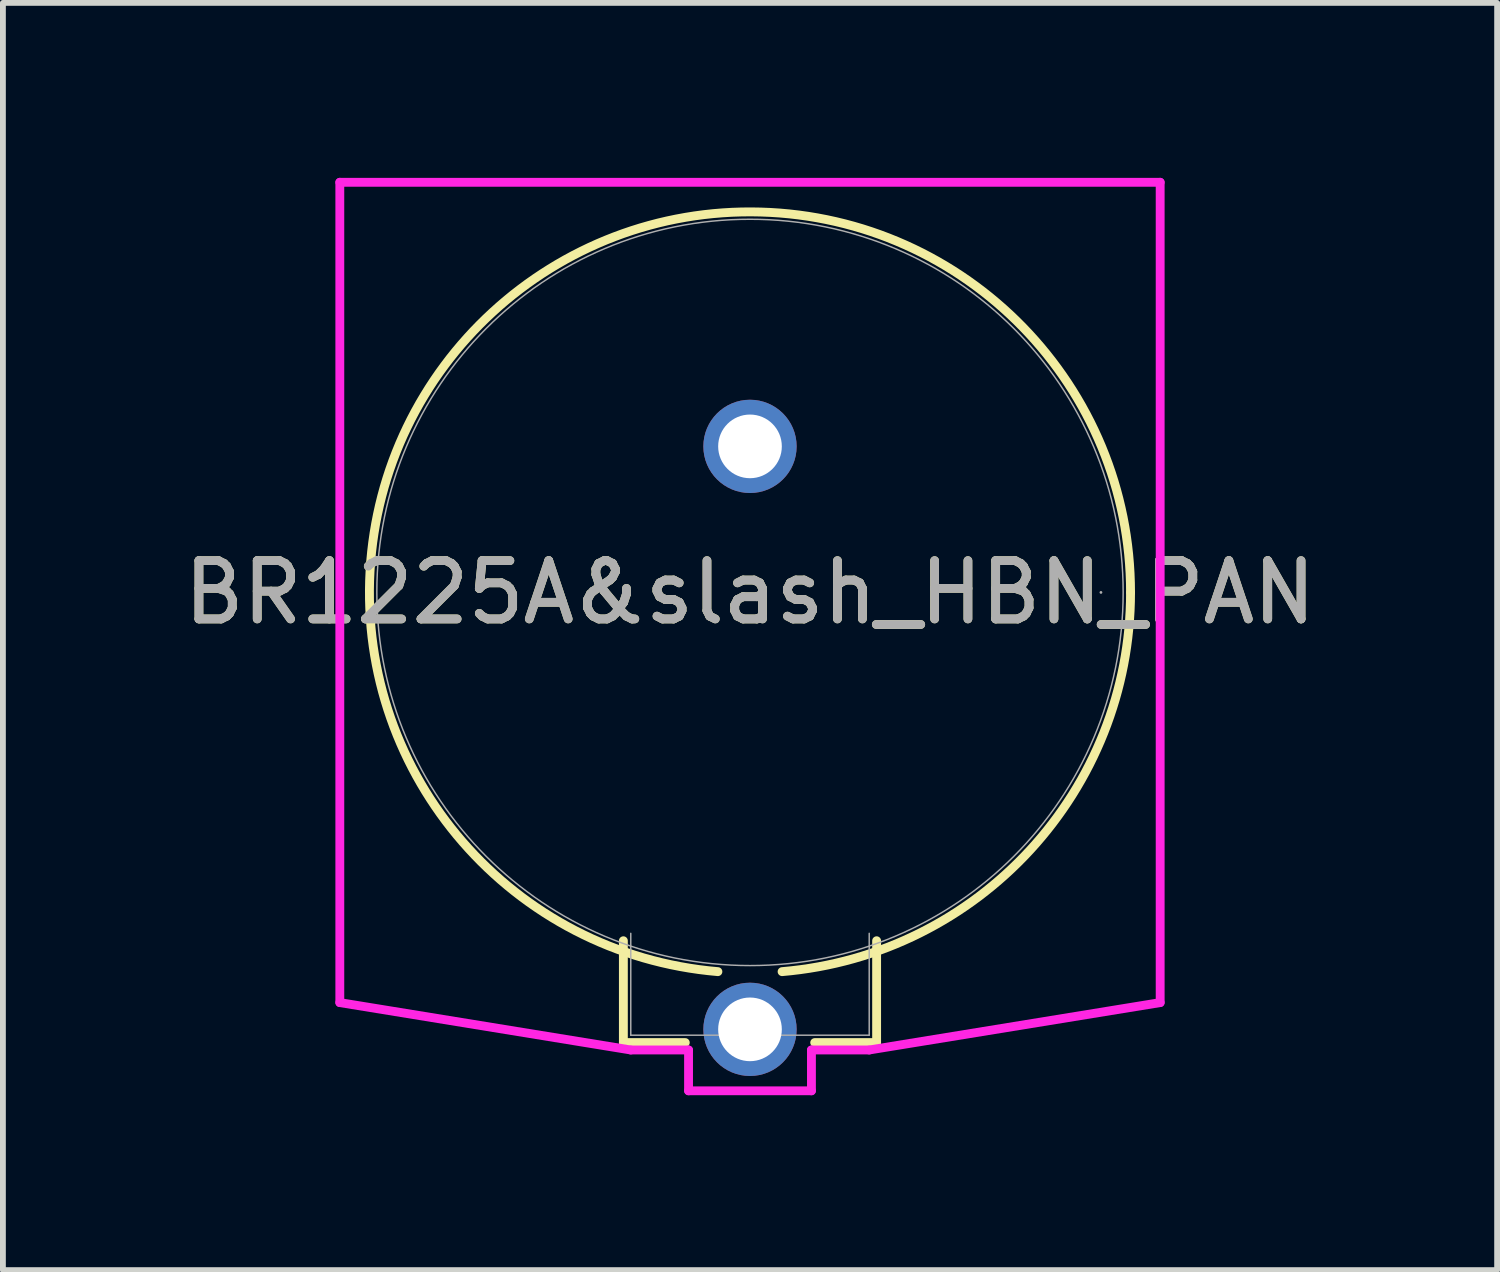
<source format=kicad_pcb>
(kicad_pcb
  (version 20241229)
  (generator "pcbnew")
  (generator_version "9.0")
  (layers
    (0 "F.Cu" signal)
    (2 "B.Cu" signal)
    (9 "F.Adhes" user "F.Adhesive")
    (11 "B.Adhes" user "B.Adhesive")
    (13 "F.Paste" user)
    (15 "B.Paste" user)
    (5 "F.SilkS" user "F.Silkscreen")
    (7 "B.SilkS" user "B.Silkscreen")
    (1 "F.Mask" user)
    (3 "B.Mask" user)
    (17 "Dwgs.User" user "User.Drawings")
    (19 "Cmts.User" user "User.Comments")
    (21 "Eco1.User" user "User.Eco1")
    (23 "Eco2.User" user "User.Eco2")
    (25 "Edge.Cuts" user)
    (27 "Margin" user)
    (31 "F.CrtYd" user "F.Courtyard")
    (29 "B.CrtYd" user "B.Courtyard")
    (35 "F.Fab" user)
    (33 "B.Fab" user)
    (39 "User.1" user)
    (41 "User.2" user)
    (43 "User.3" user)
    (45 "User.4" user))
  (footprint "BR1225A&slash_HBN_PAN"
    (layer "F.Cu")
    (at 9.815 4.607)
    (property "Reference" "BR1225A&slash_HBN_PAN" (at 0 2.505 0) (unlocked yes) (layer "F.SilkS") (effects (font (size 1 1) (thickness 0.15))))
    (attr through_hole)
    (fp_line (start -2.172 8.48) (end -2.172 10.227) (stroke (width 0.152) (type solid)) (layer "F.SilkS"))
    (fp_line (start -2.172 10.227) (end -1.11 10.227) (stroke (width 0.152) (type solid)) (layer "F.SilkS"))
    (fp_line (start 1.11 10.227) (end 2.172 10.227) (stroke (width 0.152) (type solid)) (layer "F.SilkS"))
    (fp_line (start 2.172 10.227) (end 2.172 8.48) (stroke (width 0.152) (type solid)) (layer "F.SilkS"))
    (fp_arc (start -0.550558 9.009947) (mid -4.416913 -2.301158) (end 6.5278 2.505405) (stroke (width 0.1524) (type solid)) (layer "F.SilkS"))
    (fp_arc (start 6.5278 2.505414) (mid 4.806561 6.922322) (end 0.550558 9.009947) (stroke (width 0.1524) (type solid)) (layer "F.SilkS"))
    (fp_line (start -7.036 -4.53) (end -7.036 9.541) (stroke (width 0.152) (type solid)) (layer "F.CrtYd"))
    (fp_line (start -7.036 9.541) (end -2.045 10.354) (stroke (width 0.152) (type solid)) (layer "F.CrtYd"))
    (fp_line (start -2.045 10.354) (end -1.054 10.354) (stroke (width 0.152) (type solid)) (layer "F.CrtYd"))
    (fp_line (start -1.054 10.354) (end -1.054 11.054) (stroke (width 0.152) (type solid)) (layer "F.CrtYd"))
    (fp_line (start -1.054 11.054) (end 1.054 11.054) (stroke (width 0.152) (type solid)) (layer "F.CrtYd"))
    (fp_line (start 1.054 10.354) (end 2.045 10.354) (stroke (width 0.152) (type solid)) (layer "F.CrtYd"))
    (fp_line (start 1.054 11.054) (end 1.054 10.354) (stroke (width 0.152) (type solid)) (layer "F.CrtYd"))
    (fp_line (start 2.045 10.354) (end 7.036 9.541) (stroke (width 0.152) (type solid)) (layer "F.CrtYd"))
    (fp_line (start 7.036 -4.53) (end -7.036 -4.53) (stroke (width 0.152) (type solid)) (layer "F.CrtYd"))
    (fp_line (start 7.036 9.541) (end 7.036 -4.53) (stroke (width 0.152) (type solid)) (layer "F.CrtYd"))
    (fp_line (start -2.045 8.353) (end -2.045 10.1) (stroke (width 0.025) (type solid)) (layer "F.Fab"))
    (fp_line (start -2.045 10.1) (end 2.045 10.1) (stroke (width 0.025) (type solid)) (layer "F.Fab"))
    (fp_line (start 2.045 10.1) (end 2.045 8.353) (stroke (width 0.025) (type solid)) (layer "F.Fab"))
    (fp_circle (center 0 2.505) (end 6.401 2.505) (stroke (width 0.025) (type solid)) (fill no) (layer "F.Fab"))
    (fp_circle (center 6.02 2.505) (end 6.02 2.505) (stroke (width 0.025) (type solid)) (fill no) (layer "F.Fab"))
    (fp_text user "${REFERENCE}" (at 0 2.505 0) (unlocked yes) (layer "F.Fab") (effects (font (size 1 1) (thickness 0.15))))
    (pad "1" thru_hole circle (at 0 0) (size 1.6 1.6) (drill 1.092) (layers "*.Cu" "*.Mask"))
    (pad "2" thru_hole circle (at 0 10) (size 1.6 1.6) (drill 1.092) (layers "*.Cu" "*.Mask")))
  (gr_rect
    (start -3 -3)
    (end 22.631 18.737)
    (stroke (width 0.1) (type default))
    (fill no)
    (layer "Edge.Cuts")))
</source>
